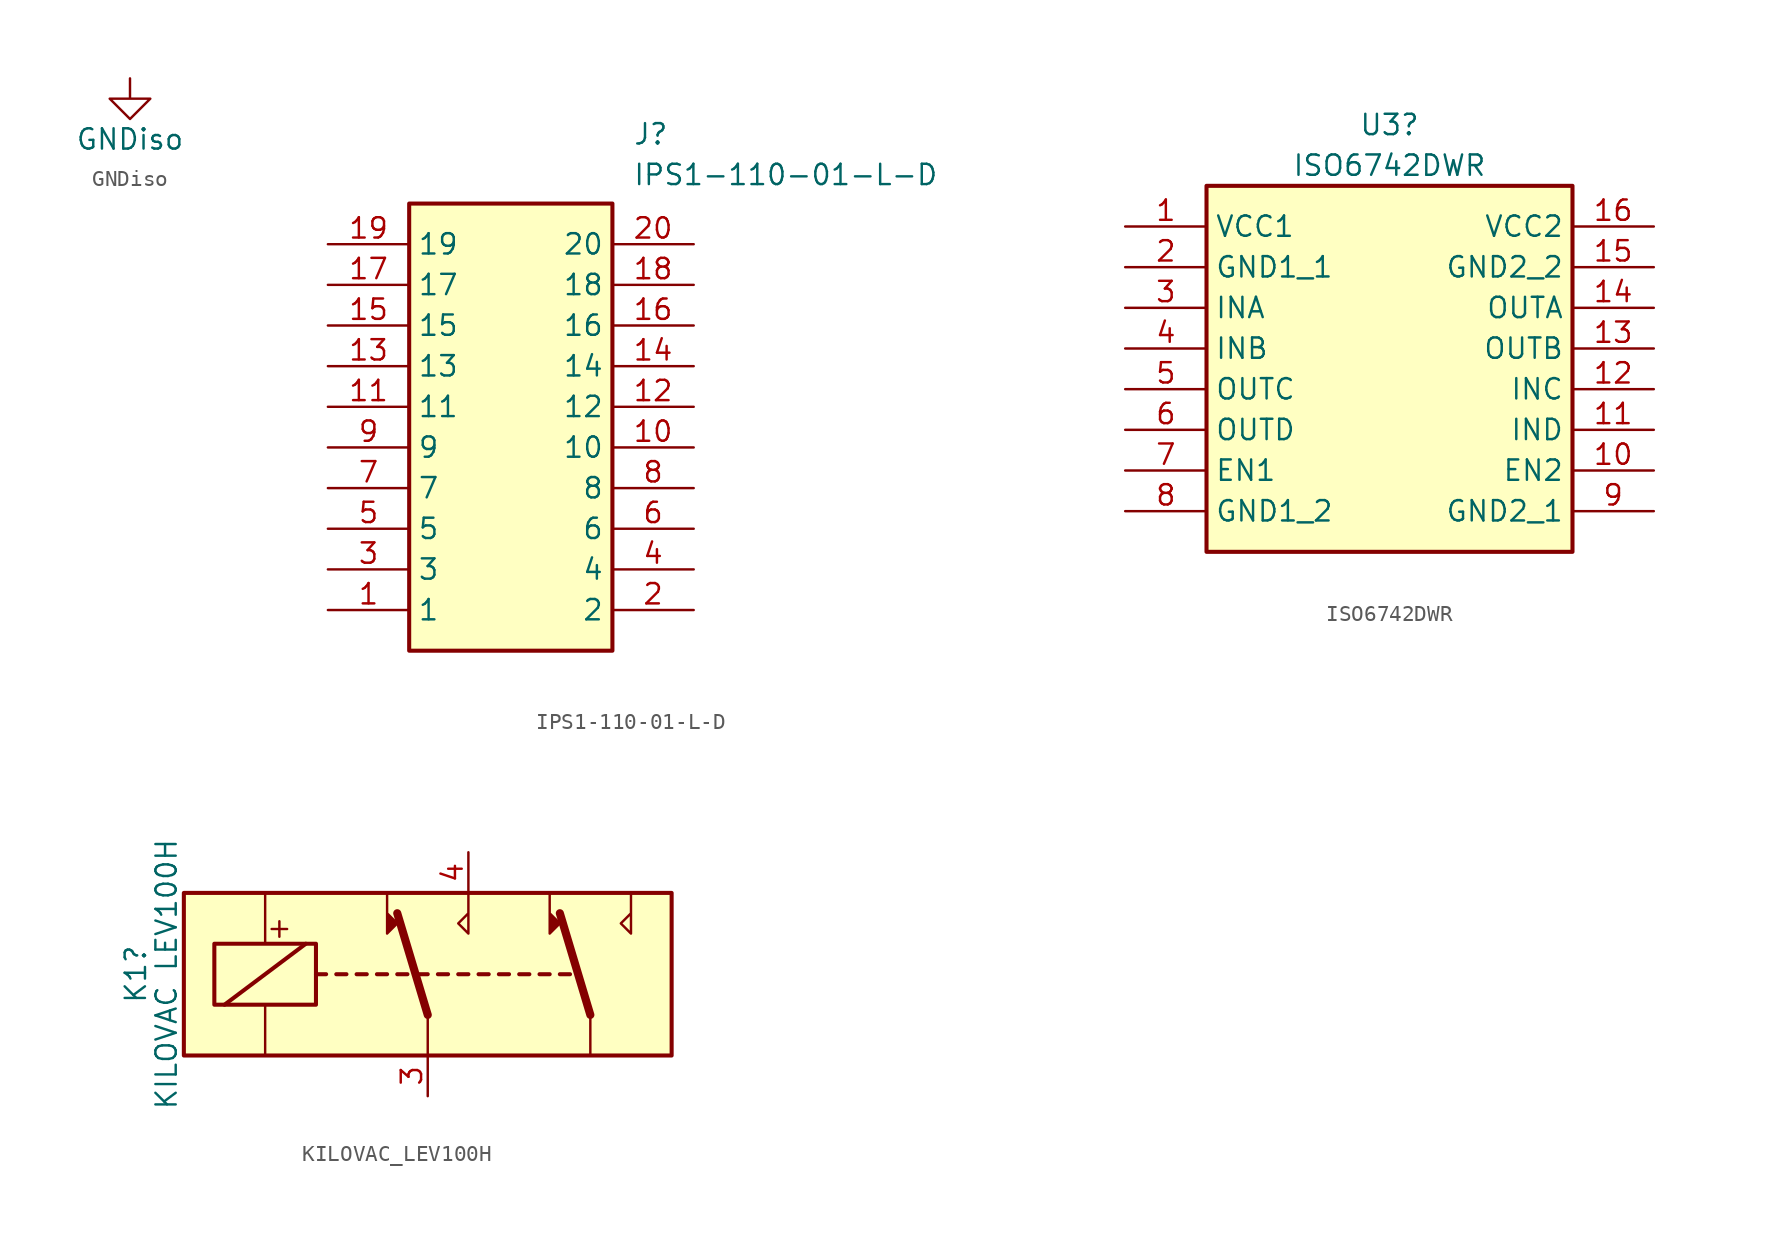
<source format=kicad_sym>
(kicad_symbol_lib
  (version 20241209)
  (generator "kicad_symbol_editor")
  (generator_version "9.0")
  (symbol "GNDiso"
    (power)
    (pin_numbers
      (hide yes))
    (pin_names
      (offset 1.016)
      (hide yes))
    (property "Reference" "#PWR"
      (at 0 2.54 0)
      (effects (font (size 1.27 1.27)) (hide yes)))
    (property "Value" "GNDiso"
      (at 0 -3.81 0)
      (effects (font (size 1.27 1.27))))
    (symbol "GNDiso_1_1"
      (polyline (pts (xy 0 0) (xy 0 -1.27) (xy 1.27 -1.27) (xy 0 -2.54) (xy -1.27 -1.27) (xy 0 -1.27)) (stroke (width 0) (type solid)) (fill (type none)))
      (pin power_in line (at 0 0 270) (length 0) (hide yes) (name "GNDiso" (effects (font (size 1.27 1.27)))) (number "1" (effects (font (size 1.27 1.27)))))))
  (symbol "IPS1-110-01-L-D"
    (property "Reference" "J"
      (at 19.05 7.62 0)
      (effects (font (size 1.27 1.27)) (justify left top)))
    (property "Value" "IPS1-110-01-L-D"
      (at 19.05 5.08 0)
      (effects (font (size 1.27 1.27)) (justify left top)))
    (symbol "IPS1-110-01-L-D_1_1"
      (rectangle (start 5.08 2.54) (end 17.78 -25.4) (stroke (width 0.254) (type default)) (fill (type background)))
      (pin passive line (at 0 0 0) (length 5.08) (name "19" (effects (font (size 1.27 1.27)))) (number "19" (effects (font (size 1.27 1.27)))))
      (pin passive line (at 0 -2.54 0) (length 5.08) (name "17" (effects (font (size 1.27 1.27)))) (number "17" (effects (font (size 1.27 1.27)))))
      (pin passive line (at 0 -5.08 0) (length 5.08) (name "15" (effects (font (size 1.27 1.27)))) (number "15" (effects (font (size 1.27 1.27)))))
      (pin passive line (at 0 -7.62 0) (length 5.08) (name "13" (effects (font (size 1.27 1.27)))) (number "13" (effects (font (size 1.27 1.27)))))
      (pin passive line (at 0 -10.16 0) (length 5.08) (name "11" (effects (font (size 1.27 1.27)))) (number "11" (effects (font (size 1.27 1.27)))))
      (pin passive line (at 0 -12.7 0) (length 5.08) (name "9" (effects (font (size 1.27 1.27)))) (number "9" (effects (font (size 1.27 1.27)))))
      (pin passive line (at 0 -15.24 0) (length 5.08) (name "7" (effects (font (size 1.27 1.27)))) (number "7" (effects (font (size 1.27 1.27)))))
      (pin passive line (at 0 -17.78 0) (length 5.08) (name "5" (effects (font (size 1.27 1.27)))) (number "5" (effects (font (size 1.27 1.27)))))
      (pin passive line (at 0 -20.32 0) (length 5.08) (name "3" (effects (font (size 1.27 1.27)))) (number "3" (effects (font (size 1.27 1.27)))))
      (pin passive line (at 0 -22.86 0) (length 5.08) (name "1" (effects (font (size 1.27 1.27)))) (number "1" (effects (font (size 1.27 1.27)))))
      (pin passive line (at 22.86 0 180) (length 5.08) (name "20" (effects (font (size 1.27 1.27)))) (number "20" (effects (font (size 1.27 1.27)))))
      (pin passive line (at 22.86 -2.54 180) (length 5.08) (name "18" (effects (font (size 1.27 1.27)))) (number "18" (effects (font (size 1.27 1.27)))))
      (pin passive line (at 22.86 -5.08 180) (length 5.08) (name "16" (effects (font (size 1.27 1.27)))) (number "16" (effects (font (size 1.27 1.27)))))
      (pin passive line (at 22.86 -7.62 180) (length 5.08) (name "14" (effects (font (size 1.27 1.27)))) (number "14" (effects (font (size 1.27 1.27)))))
      (pin passive line (at 22.86 -10.16 180) (length 5.08) (name "12" (effects (font (size 1.27 1.27)))) (number "12" (effects (font (size 1.27 1.27)))))
      (pin passive line (at 22.86 -12.7 180) (length 5.08) (name "10" (effects (font (size 1.27 1.27)))) (number "10" (effects (font (size 1.27 1.27)))))
      (pin passive line (at 22.86 -15.24 180) (length 5.08) (name "8" (effects (font (size 1.27 1.27)))) (number "8" (effects (font (size 1.27 1.27)))))
      (pin passive line (at 22.86 -17.78 180) (length 5.08) (name "6" (effects (font (size 1.27 1.27)))) (number "6" (effects (font (size 1.27 1.27)))))
      (pin passive line (at 22.86 -20.32 180) (length 5.08) (name "4" (effects (font (size 1.27 1.27)))) (number "4" (effects (font (size 1.27 1.27)))))
      (pin passive line (at 22.86 -22.86 180) (length 5.08) (name "2" (effects (font (size 1.27 1.27)))) (number "2" (effects (font (size 1.27 1.27)))))))
  (symbol "ISO6742DWR"
    (property "Reference" "U3"
      (at 16.51 6.35 0)
      (effects (font (size 1.27 1.27))))
    (property "Value" "ISO6742DWR"
      (at 16.51 3.81 0)
      (effects (font (size 1.27 1.27))))
    (symbol "ISO6742DWR_1_1"
      (rectangle (start 5.08 2.54) (end 27.94 -20.32) (stroke (width 0.254) (type default)) (fill (type background)))
      (pin passive line (at 0 0 0) (length 5.08) (name "VCC1" (effects (font (size 1.27 1.27)))) (number "1" (effects (font (size 1.27 1.27)))))
      (pin passive line (at 0 -2.54 0) (length 5.08) (name "GND1_1" (effects (font (size 1.27 1.27)))) (number "2" (effects (font (size 1.27 1.27)))))
      (pin passive line (at 0 -5.08 0) (length 5.08) (name "INA" (effects (font (size 1.27 1.27)))) (number "3" (effects (font (size 1.27 1.27)))))
      (pin passive line (at 0 -7.62 0) (length 5.08) (name "INB" (effects (font (size 1.27 1.27)))) (number "4" (effects (font (size 1.27 1.27)))))
      (pin passive line (at 0 -10.16 0) (length 5.08) (name "OUTC" (effects (font (size 1.27 1.27)))) (number "5" (effects (font (size 1.27 1.27)))))
      (pin passive line (at 0 -12.7 0) (length 5.08) (name "OUTD" (effects (font (size 1.27 1.27)))) (number "6" (effects (font (size 1.27 1.27)))))
      (pin passive line (at 0 -15.24 0) (length 5.08) (name "EN1" (effects (font (size 1.27 1.27)))) (number "7" (effects (font (size 1.27 1.27)))))
      (pin passive line (at 0 -17.78 0) (length 5.08) (name "GND1_2" (effects (font (size 1.27 1.27)))) (number "8" (effects (font (size 1.27 1.27)))))
      (pin passive line (at 33.02 0 180) (length 5.08) (name "VCC2" (effects (font (size 1.27 1.27)))) (number "16" (effects (font (size 1.27 1.27)))))
      (pin passive line (at 33.02 -2.54 180) (length 5.08) (name "GND2_2" (effects (font (size 1.27 1.27)))) (number "15" (effects (font (size 1.27 1.27)))))
      (pin passive line (at 33.02 -5.08 180) (length 5.08) (name "OUTA" (effects (font (size 1.27 1.27)))) (number "14" (effects (font (size 1.27 1.27)))))
      (pin passive line (at 33.02 -7.62 180) (length 5.08) (name "OUTB" (effects (font (size 1.27 1.27)))) (number "13" (effects (font (size 1.27 1.27)))))
      (pin passive line (at 33.02 -10.16 180) (length 5.08) (name "INC" (effects (font (size 1.27 1.27)))) (number "12" (effects (font (size 1.27 1.27)))))
      (pin passive line (at 33.02 -12.7 180) (length 5.08) (name "IND" (effects (font (size 1.27 1.27)))) (number "11" (effects (font (size 1.27 1.27)))))
      (pin passive line (at 33.02 -15.24 180) (length 5.08) (name "EN2" (effects (font (size 1.27 1.27)))) (number "10" (effects (font (size 1.27 1.27)))))
      (pin passive line (at 33.02 -17.78 180) (length 5.08) (name "GND2_1" (effects (font (size 1.27 1.27)))) (number "9" (effects (font (size 1.27 1.27)))))))
  (symbol "KILOVAC_LEV100H"
    (property "Reference" "K1"
      (at -18.25 0 90)
      (effects (font (size 1.27 1.27))))
    (property "Value" "KILOVAC LEV100H"
      (at -16.329 0 90)
      (effects (font (size 1.27 1.27))))
    (symbol "KILOVAC_LEV100H_0_0"
      (text "+" (at -9.271 2.921 0) (effects (font (size 1.27 1.27)))))
    (symbol "KILOVAC_LEV100H_0_1"
      (rectangle (start -15.24 5.08) (end 15.24 -5.08) (stroke (width 0.254) (type default)) (fill (type background)))
      (rectangle (start -13.335 1.905) (end -6.985 -1.905) (stroke (width 0.254) (type default)) (fill (type none)))
      (polyline (pts (xy -12.7 -1.905) (xy -7.62 1.905)) (stroke (width 0.254) (type default)) (fill (type none)))
      (polyline (pts (xy -10.16 5.08) (xy -10.16 1.905)) (stroke (width 0) (type default)) (fill (type none)))
      (polyline (pts (xy -10.16 -5.08) (xy -10.16 -1.905)) (stroke (width 0) (type default)) (fill (type none)))
      (polyline (pts (xy -6.985 0) (xy -6.35 0)) (stroke (width 0.254) (type default)) (fill (type none)))
      (polyline (pts (xy -5.715 0) (xy -5.08 0)) (stroke (width 0.254) (type default)) (fill (type none)))
      (polyline (pts (xy -4.445 0) (xy -3.81 0)) (stroke (width 0.254) (type default)) (fill (type none)))
      (polyline (pts (xy -3.175 0) (xy -2.54 0)) (stroke (width 0.254) (type default)) (fill (type none)))
      (polyline (pts (xy -2.54 5.08) (xy -2.54 2.54) (xy -1.905 3.175) (xy -2.54 3.81)) (stroke (width 0) (type default)) (fill (type outline)))
      (polyline (pts (xy -1.905 0) (xy -1.27 0)) (stroke (width 0.254) (type default)) (fill (type none)))
      (polyline (pts (xy -0.635 0) (xy 0 0)) (stroke (width 0.254) (type default)) (fill (type none)))
      (polyline (pts (xy 0 -2.54) (xy -1.905 3.81)) (stroke (width 0.508) (type default)) (fill (type none)))
      (polyline (pts (xy 0 -2.54) (xy 0 -5.08)) (stroke (width 0) (type default)) (fill (type none)))
      (polyline (pts (xy 0.635 0) (xy 1.27 0)) (stroke (width 0.254) (type default)) (fill (type none)))
      (polyline (pts (xy 1.905 0) (xy 2.54 0)) (stroke (width 0.254) (type default)) (fill (type none)))
      (polyline (pts (xy 2.54 5.08) (xy 2.54 2.54) (xy 1.905 3.175) (xy 2.54 3.81)) (stroke (width 0) (type default)) (fill (type none)))
      (polyline (pts (xy 3.175 0) (xy 3.81 0)) (stroke (width 0.254) (type default)) (fill (type none)))
      (polyline (pts (xy 4.445 0) (xy 5.08 0)) (stroke (width 0.254) (type default)) (fill (type none)))
      (polyline (pts (xy 5.715 0) (xy 6.35 0)) (stroke (width 0.254) (type default)) (fill (type none)))
      (polyline (pts (xy 6.985 0) (xy 7.62 0)) (stroke (width 0.254) (type default)) (fill (type none)))
      (polyline (pts (xy 7.62 5.08) (xy 7.62 2.54) (xy 8.255 3.175) (xy 7.62 3.81)) (stroke (width 0) (type default)) (fill (type outline)))
      (polyline (pts (xy 8.255 0) (xy 8.89 0)) (stroke (width 0.254) (type default)) (fill (type none)))
      (polyline (pts (xy 10.16 -2.54) (xy 8.255 3.81)) (stroke (width 0.508) (type default)) (fill (type none)))
      (polyline (pts (xy 10.16 -2.54) (xy 10.16 -5.08)) (stroke (width 0) (type default)) (fill (type none)))
      (polyline (pts (xy 12.7 5.08) (xy 12.7 2.54) (xy 12.065 3.175) (xy 12.7 3.81)) (stroke (width 0) (type default)) (fill (type none))))
    (symbol "KILOVAC_LEV100H_1_1"
      (pin passive line (at 0 -7.62 90) (length 2.54) (name "~" (effects (font (size 1.27 1.27)))) (number "3" (effects (font (size 1.27 1.27)))))
      (pin passive line (at 2.54 7.62 270) (length 2.54) (name "~" (effects (font (size 1.27 1.27)))) (number "4" (effects (font (size 1.27 1.27))))))))
</source>
